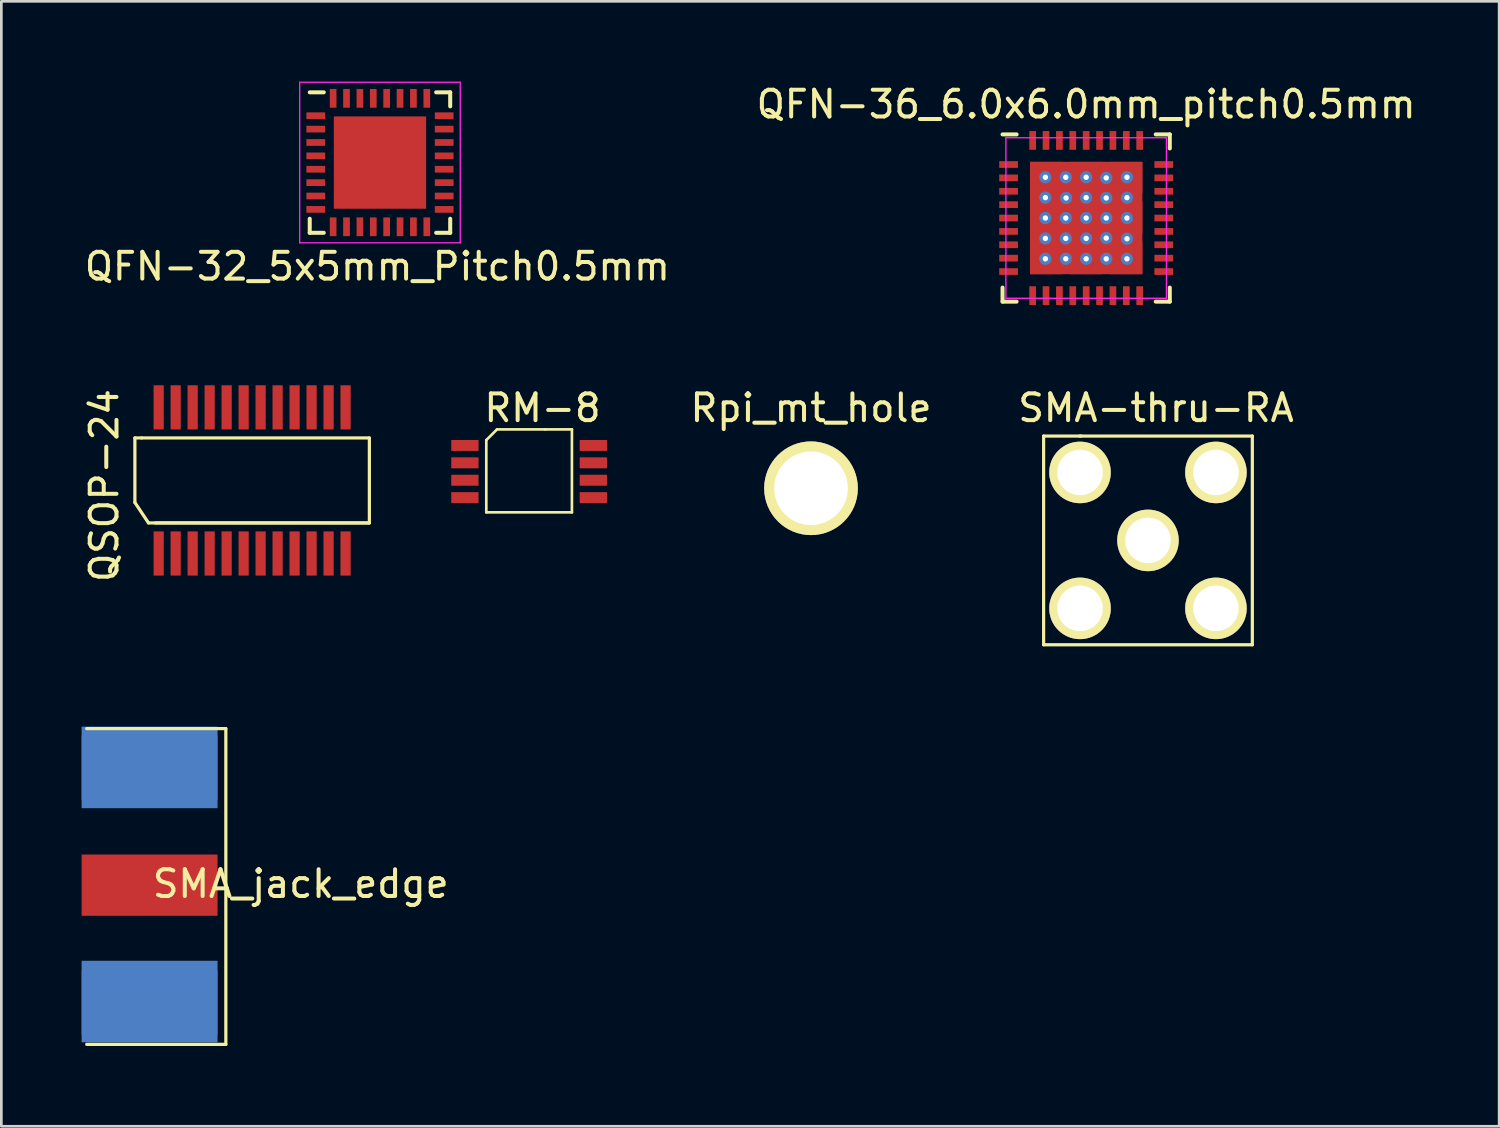
<source format=kicad_pcb>
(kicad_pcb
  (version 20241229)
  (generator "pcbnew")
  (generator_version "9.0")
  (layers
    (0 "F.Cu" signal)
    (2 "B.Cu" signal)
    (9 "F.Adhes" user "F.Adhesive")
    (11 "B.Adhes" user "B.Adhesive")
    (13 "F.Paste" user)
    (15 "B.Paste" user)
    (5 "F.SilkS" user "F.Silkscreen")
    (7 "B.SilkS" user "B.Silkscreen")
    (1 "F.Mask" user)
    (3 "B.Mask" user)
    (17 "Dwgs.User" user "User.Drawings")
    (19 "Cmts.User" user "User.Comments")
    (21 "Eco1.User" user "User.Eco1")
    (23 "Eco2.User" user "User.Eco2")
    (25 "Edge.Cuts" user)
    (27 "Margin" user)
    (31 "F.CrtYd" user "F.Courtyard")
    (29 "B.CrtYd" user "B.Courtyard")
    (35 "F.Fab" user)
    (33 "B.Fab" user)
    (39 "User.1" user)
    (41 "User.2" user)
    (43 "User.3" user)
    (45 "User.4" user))
  (footprint "Rpi_mt_hole"
    (layer "F.Cu")
    (at 27.259 15.197)
    (property "Reference" "Rpi_mt_hole" (at 0 -3 0) (layer "F.SilkS") (effects (font (size 1 1) (thickness 0.15))))
    (attr through_hole)
    (pad "0" thru_hole circle (at 0 0) (size 3.5 3.5) (drill 2.75) (layers "*.Cu" "*.Mask" "F.SilkS")))
  (footprint "RM-8"
    (layer "F.Cu")
    (at 14.324 13.597)
    (property "Reference" "RM-8" (at 2.9 -1.4 0) (layer "F.SilkS") (effects (font (size 1 1) (thickness 0.15))))
    (attr through_hole)
    (fp_line (start 0.8 -0.2) (end 0.8 2.5) (stroke (width 0.1) (type solid)) (layer "F.SilkS"))
    (fp_line (start 0.8 -0.2) (end 1.2 -0.6) (stroke (width 0.1) (type solid)) (layer "F.SilkS"))
    (fp_line (start 0.8 2.5) (end 4 2.5) (stroke (width 0.1) (type solid)) (layer "F.SilkS"))
    (fp_line (start 1.2 -0.6) (end 3 -0.6) (stroke (width 0.1) (type solid)) (layer "F.SilkS"))
    (fp_line (start 4 -0.6) (end 3 -0.6) (stroke (width 0.1) (type solid)) (layer "F.SilkS"))
    (fp_line (start 4 2.5) (end 4 -0.6) (stroke (width 0.1) (type solid)) (layer "F.SilkS"))
    (pad "1" smd rect (at 0 0) (size 1.02 0.41) (layers "F.Cu" "F.Mask" "F.Paste"))
    (pad "2" smd rect (at 0 0.65) (size 1.02 0.41) (layers "F.Cu" "F.Mask" "F.Paste"))
    (pad "3" smd rect (at 0 1.3) (size 1.02 0.41) (layers "F.Cu" "F.Mask" "F.Paste"))
    (pad "4" smd rect (at 0 1.95) (size 1.02 0.41) (layers "F.Cu" "F.Mask" "F.Paste"))
    (pad "5" smd rect (at 4.8 1.95) (size 1.02 0.41) (layers "F.Cu" "F.Mask" "F.Paste"))
    (pad "6" smd rect (at 4.8 1.3) (size 1.02 0.41) (layers "F.Cu" "F.Mask" "F.Paste"))
    (pad "7" smd rect (at 4.8 0.65) (size 1.02 0.41) (layers "F.Cu" "F.Mask" "F.Paste"))
    (pad "8" smd rect (at 4.8 0) (size 1.02 0.41) (layers "F.Cu" "F.Mask" "F.Paste")))
  (footprint "SMA_jack_edge"
    (layer "F.Cu")
    (at 2.54 30.03)
    (property "Reference" "SMA_jack_edge" (at 5.65 -0.05 0) (layer "F.SilkS") (effects (font (size 1 1) (thickness 0.15))))
    (attr through_hole)
    (fp_line (start -2.35 -5.85) (end 2.85 -5.85) (stroke (width 0.12) (type solid)) (layer "F.SilkS"))
    (fp_line (start 2.85 -5.85) (end 2.85 5.95) (stroke (width 0.12) (type solid)) (layer "F.SilkS"))
    (fp_line (start 2.85 5.95) (end -2.35 5.95) (stroke (width 0.12) (type solid)) (layer "F.SilkS"))
    (pad "1" smd rect (at 0 0) (size 5.08 2.29) (layers "F.Cu" "F.Mask" "F.Paste"))
    (pad "2" smd rect (at 0 -4.4) (size 5.08 3.048) (layers "F.Mask" "B.Cu" "F.Paste"))
    (pad "2" smd rect (at 0 -4.383) (size 5.08 2.415) (layers "F.Cu" "F.Mask" "F.Paste"))
    (pad "2" smd rect (at 0 4.35) (size 5.08 3.048) (layers "F.Mask" "B.Cu" "F.Paste"))
    (pad "2" smd rect (at 0 4.383) (size 5.08 2.415) (layers "F.Cu" "F.Mask" "F.Paste")))
  (footprint "QSOP-24"
    (layer "F.Cu")
    (at 2.88 17.635)
    (property "Reference" "QSOP-24" (at -2.032 -2.54 90) (layer "F.SilkS") (effects (font (size 1 1) (thickness 0.15))))
    (attr through_hole)
    (fp_line (start -0.889 -4.318) (end -0.889 -1.905) (stroke (width 0.12) (type solid)) (layer "F.SilkS"))
    (fp_line (start -0.889 -4.318) (end -0.635 -4.318) (stroke (width 0.12) (type solid)) (layer "F.SilkS"))
    (fp_line (start -0.889 -1.905) (end -0.381 -1.143) (stroke (width 0.12) (type solid)) (layer "F.SilkS"))
    (fp_line (start -0.635 -4.318) (end 7.874 -4.318) (stroke (width 0.12) (type solid)) (layer "F.SilkS"))
    (fp_line (start -0.381 -1.143) (end 7.874 -1.143) (stroke (width 0.12) (type solid)) (layer "F.SilkS"))
    (fp_line (start -0.127 -1.143) (end 7.874 -1.143) (stroke (width 0.12) (type solid)) (layer "F.SilkS"))
    (fp_line (start 7.874 -4.318) (end 7.874 -1.143) (stroke (width 0.12) (type solid)) (layer "F.SilkS"))
    (pad "1" smd rect (at 0 0) (size 0.381 1.651) (layers "F.Cu" "F.Mask" "F.Paste"))
    (pad "2" smd rect (at 0.635 0) (size 0.381 1.651) (layers "F.Cu" "F.Mask" "F.Paste"))
    (pad "3" smd rect (at 1.27 0) (size 0.381 1.651) (layers "F.Cu" "F.Mask" "F.Paste"))
    (pad "4" smd rect (at 1.905 0) (size 0.381 1.651) (layers "F.Cu" "F.Mask" "F.Paste"))
    (pad "5" smd rect (at 2.54 0) (size 0.381 1.651) (layers "F.Cu" "F.Mask" "F.Paste"))
    (pad "6" smd rect (at 3.175 0) (size 0.381 1.651) (layers "F.Cu" "F.Mask" "F.Paste"))
    (pad "7" smd rect (at 3.81 0) (size 0.381 1.651) (layers "F.Cu" "F.Mask" "F.Paste"))
    (pad "8" smd rect (at 4.445 0) (size 0.381 1.651) (layers "F.Cu" "F.Mask" "F.Paste"))
    (pad "9" smd rect (at 5.08 0) (size 0.381 1.651) (layers "F.Cu" "F.Mask" "F.Paste"))
    (pad "10" smd rect (at 5.715 0) (size 0.381 1.651) (layers "F.Cu" "F.Mask" "F.Paste"))
    (pad "11" smd rect (at 6.35 0) (size 0.381 1.651) (layers "F.Cu" "F.Mask" "F.Paste"))
    (pad "12" smd rect (at 6.985 0) (size 0.381 1.651) (layers "F.Cu" "F.Mask" "F.Paste"))
    (pad "13" smd rect (at 6.985 -5.461) (size 0.381 1.651) (layers "F.Cu" "F.Mask" "F.Paste"))
    (pad "14" smd rect (at 6.35 -5.461) (size 0.381 1.651) (layers "F.Cu" "F.Mask" "F.Paste"))
    (pad "15" smd rect (at 5.715 -5.461) (size 0.381 1.651) (layers "F.Cu" "F.Mask" "F.Paste"))
    (pad "16" smd rect (at 5.08 -5.461) (size 0.381 1.651) (layers "F.Cu" "F.Mask" "F.Paste"))
    (pad "17" smd rect (at 4.445 -5.461) (size 0.381 1.651) (layers "F.Cu" "F.Mask" "F.Paste"))
    (pad "18" smd rect (at 3.81 -5.461) (size 0.381 1.651) (layers "F.Cu" "F.Mask" "F.Paste"))
    (pad "19" smd rect (at 3.175 -5.461) (size 0.381 1.651) (layers "F.Cu" "F.Mask" "F.Paste"))
    (pad "20" smd rect (at 2.54 -5.461) (size 0.381 1.651) (layers "F.Cu" "F.Mask" "F.Paste"))
    (pad "21" smd rect (at 1.905 -5.461) (size 0.381 1.651) (layers "F.Cu" "F.Mask" "F.Paste"))
    (pad "22" smd rect (at 1.27 -5.461) (size 0.381 1.651) (layers "F.Cu" "F.Mask" "F.Paste"))
    (pad "23" smd rect (at 0.635 -5.461) (size 0.381 1.651) (layers "F.Cu" "F.Mask" "F.Paste"))
    (pad "24" smd rect (at 0 -5.461) (size 0.381 1.651) (layers "F.Cu" "F.Mask" "F.Paste")))
  (footprint "QFN-32_5x5mm_Pitch0.5mm"
    (layer "F.Cu")
    (at 11.15 3.025)
    (property "Reference" "QFN-32_5x5mm_Pitch0.5mm" (at -0.096 3.881 0) (layer "F.SilkS") (effects (font (size 1 1) (thickness 0.15))))
    (attr smd)
    (fp_line (start -2.625 -2.625) (end -2.1 -2.625) (stroke (width 0.15) (type solid)) (layer "F.SilkS"))
    (fp_line (start -2.625 2.625) (end -2.625 2.1) (stroke (width 0.15) (type solid)) (layer "F.SilkS"))
    (fp_line (start -2.625 2.625) (end -2.1 2.625) (stroke (width 0.15) (type solid)) (layer "F.SilkS"))
    (fp_line (start 2.625 -2.625) (end 2.1 -2.625) (stroke (width 0.15) (type solid)) (layer "F.SilkS"))
    (fp_line (start 2.625 -2.625) (end 2.625 -2.1) (stroke (width 0.15) (type solid)) (layer "F.SilkS"))
    (fp_line (start 2.625 2.625) (end 2.1 2.625) (stroke (width 0.15) (type solid)) (layer "F.SilkS"))
    (fp_line (start 2.625 2.625) (end 2.625 2.1) (stroke (width 0.15) (type solid)) (layer "F.SilkS"))
    (fp_line (start -3 -3) (end -3 3) (stroke (width 0.05) (type solid)) (layer "F.CrtYd"))
    (fp_line (start -3 -3) (end 3 -3) (stroke (width 0.05) (type solid)) (layer "F.CrtYd"))
    (fp_line (start -3 3) (end 3 3) (stroke (width 0.05) (type solid)) (layer "F.CrtYd"))
    (fp_line (start 3 -3) (end 3 3) (stroke (width 0.05) (type solid)) (layer "F.CrtYd"))
    (pad "" smd rect (at 0 0) (size 3.45 3.45) (layers "F.Cu" "F.Mask" "F.Paste"))
    (pad "1" smd rect (at -2.4 -1.75) (size 0.7 0.25) (layers "F.Cu" "F.Mask" "F.Paste"))
    (pad "2" smd rect (at -2.4 -1.25) (size 0.7 0.25) (layers "F.Cu" "F.Mask" "F.Paste"))
    (pad "3" smd rect (at -2.4 -0.75) (size 0.7 0.25) (layers "F.Cu" "F.Mask" "F.Paste"))
    (pad "4" smd rect (at -2.4 -0.25) (size 0.7 0.25) (layers "F.Cu" "F.Mask" "F.Paste"))
    (pad "5" smd rect (at -2.4 0.25) (size 0.7 0.25) (layers "F.Cu" "F.Mask" "F.Paste"))
    (pad "6" smd rect (at -2.4 0.75) (size 0.7 0.25) (layers "F.Cu" "F.Mask" "F.Paste"))
    (pad "7" smd rect (at -2.4 1.25) (size 0.7 0.25) (layers "F.Cu" "F.Mask" "F.Paste"))
    (pad "8" smd rect (at -2.4 1.75) (size 0.7 0.25) (layers "F.Cu" "F.Mask" "F.Paste"))
    (pad "9" smd rect (at -1.75 2.4 90) (size 0.7 0.25) (layers "F.Cu" "F.Mask" "F.Paste"))
    (pad "10" smd rect (at -1.25 2.4 90) (size 0.7 0.25) (layers "F.Cu" "F.Mask" "F.Paste"))
    (pad "11" smd rect (at -0.75 2.4 90) (size 0.7 0.25) (layers "F.Cu" "F.Mask" "F.Paste"))
    (pad "12" smd rect (at -0.25 2.4 90) (size 0.7 0.25) (layers "F.Cu" "F.Mask" "F.Paste"))
    (pad "13" smd rect (at 0.25 2.4 90) (size 0.7 0.25) (layers "F.Cu" "F.Mask" "F.Paste"))
    (pad "14" smd rect (at 0.75 2.4 90) (size 0.7 0.25) (layers "F.Cu" "F.Mask" "F.Paste"))
    (pad "15" smd rect (at 1.25 2.4 90) (size 0.7 0.25) (layers "F.Cu" "F.Mask" "F.Paste"))
    (pad "16" smd rect (at 1.75 2.4 90) (size 0.7 0.25) (layers "F.Cu" "F.Mask" "F.Paste"))
    (pad "17" smd rect (at 2.4 1.75) (size 0.7 0.25) (layers "F.Cu" "F.Mask" "F.Paste"))
    (pad "18" smd rect (at 2.4 1.25) (size 0.7 0.25) (layers "F.Cu" "F.Mask" "F.Paste"))
    (pad "19" smd rect (at 2.4 0.75) (size 0.7 0.25) (layers "F.Cu" "F.Mask" "F.Paste"))
    (pad "20" smd rect (at 2.4 0.25) (size 0.7 0.25) (layers "F.Cu" "F.Mask" "F.Paste"))
    (pad "21" smd rect (at 2.4 -0.25) (size 0.7 0.25) (layers "F.Cu" "F.Mask" "F.Paste"))
    (pad "22" smd rect (at 2.4 -0.75) (size 0.7 0.25) (layers "F.Cu" "F.Mask" "F.Paste"))
    (pad "23" smd rect (at 2.4 -1.25) (size 0.7 0.25) (layers "F.Cu" "F.Mask" "F.Paste"))
    (pad "24" smd rect (at 2.4 -1.75) (size 0.7 0.25) (layers "F.Cu" "F.Mask" "F.Paste"))
    (pad "25" smd rect (at 1.75 -2.4 90) (size 0.7 0.25) (layers "F.Cu" "F.Mask" "F.Paste"))
    (pad "26" smd rect (at 1.25 -2.4 90) (size 0.7 0.25) (layers "F.Cu" "F.Mask" "F.Paste"))
    (pad "27" smd rect (at 0.75 -2.4 90) (size 0.7 0.25) (layers "F.Cu" "F.Mask" "F.Paste"))
    (pad "28" smd rect (at 0.25 -2.4 90) (size 0.7 0.25) (layers "F.Cu" "F.Mask" "F.Paste"))
    (pad "29" smd rect (at -0.25 -2.4 90) (size 0.7 0.25) (layers "F.Cu" "F.Mask" "F.Paste"))
    (pad "30" smd rect (at -0.75 -2.4 90) (size 0.7 0.25) (layers "F.Cu" "F.Mask" "F.Paste"))
    (pad "31" smd rect (at -1.25 -2.4 90) (size 0.7 0.25) (layers "F.Cu" "F.Mask" "F.Paste"))
    (pad "32" smd rect (at -1.75 -2.4 90) (size 0.7 0.25) (layers "F.Cu" "F.Mask" "F.Paste")))
  (footprint "QFN-36_6.0x6.0mm_pitch0.5mm"
    (layer "F.Cu")
    (at 37.542 5.098)
    (property "Reference" "QFN-36_6.0x6.0mm_pitch0.5mm" (at 0 -4.25 0) (layer "F.SilkS") (effects (font (size 1 1) (thickness 0.15))))
    (attr smd)
    (fp_line (start -3.125 -3.125) (end -2.6 -3.125) (stroke (width 0.15) (type solid)) (layer "F.SilkS"))
    (fp_line (start -3.125 3.125) (end -3.125 2.6) (stroke (width 0.15) (type solid)) (layer "F.SilkS"))
    (fp_line (start -3.125 3.125) (end -2.6 3.125) (stroke (width 0.15) (type solid)) (layer "F.SilkS"))
    (fp_line (start 3.125 -3.125) (end 2.6 -3.125) (stroke (width 0.15) (type solid)) (layer "F.SilkS"))
    (fp_line (start 3.125 -3.125) (end 3.125 -2.6) (stroke (width 0.15) (type solid)) (layer "F.SilkS"))
    (fp_line (start 3.125 3.125) (end 2.6 3.125) (stroke (width 0.15) (type solid)) (layer "F.SilkS"))
    (fp_line (start 3.125 3.125) (end 3.125 2.6) (stroke (width 0.15) (type solid)) (layer "F.SilkS"))
    (fp_line (start -3 -3) (end -3 3) (stroke (width 0.05) (type solid)) (layer "F.CrtYd"))
    (fp_line (start -3 -3) (end 3 -3) (stroke (width 0.05) (type solid)) (layer "F.CrtYd"))
    (fp_line (start -3 3) (end 3 3) (stroke (width 0.05) (type solid)) (layer "F.CrtYd"))
    (fp_line (start 3 -3) (end 3 3) (stroke (width 0.05) (type solid)) (layer "F.CrtYd"))
    (pad "1" smd rect (at -2.9 -2) (size 0.7 0.25) (layers "F.Cu" "F.Mask" "F.Paste"))
    (pad "2" smd rect (at -2.9 -1.5) (size 0.7 0.25) (layers "F.Cu" "F.Mask" "F.Paste"))
    (pad "3" smd rect (at -2.9 -1) (size 0.7 0.25) (layers "F.Cu" "F.Mask" "F.Paste"))
    (pad "4" smd rect (at -2.9 -0.5) (size 0.7 0.25) (layers "F.Cu" "F.Mask" "F.Paste"))
    (pad "5" smd rect (at -2.9 0) (size 0.7 0.25) (layers "F.Cu" "F.Mask" "F.Paste"))
    (pad "6" smd rect (at -2.9 0.5) (size 0.7 0.25) (layers "F.Cu" "F.Mask" "F.Paste"))
    (pad "7" smd rect (at -2.9 1) (size 0.7 0.25) (layers "F.Cu" "F.Mask" "F.Paste"))
    (pad "8" smd rect (at -2.9 1.5) (size 0.7 0.25) (layers "F.Cu" "F.Mask" "F.Paste"))
    (pad "9" smd rect (at -2.9 2) (size 0.7 0.25) (layers "F.Cu" "F.Mask" "F.Paste"))
    (pad "10" smd rect (at -2 2.9 90) (size 0.7 0.25) (layers "F.Cu" "F.Mask" "F.Paste"))
    (pad "11" smd rect (at -1.5 2.9 90) (size 0.7 0.25) (layers "F.Cu" "F.Mask" "F.Paste"))
    (pad "12" smd rect (at -1 2.9 90) (size 0.7 0.25) (layers "F.Cu" "F.Mask" "F.Paste"))
    (pad "13" smd rect (at -0.5 2.9 90) (size 0.7 0.25) (layers "F.Cu" "F.Mask" "F.Paste"))
    (pad "14" smd rect (at 0 2.9 90) (size 0.7 0.25) (layers "F.Cu" "F.Mask" "F.Paste"))
    (pad "15" smd rect (at 0.5 2.9 90) (size 0.7 0.25) (layers "F.Cu" "F.Mask" "F.Paste"))
    (pad "16" smd rect (at 1 2.9 90) (size 0.7 0.25) (layers "F.Cu" "F.Mask" "F.Paste"))
    (pad "17" smd rect (at 1.5 2.9 90) (size 0.7 0.25) (layers "F.Cu" "F.Mask" "F.Paste"))
    (pad "18" smd rect (at 2 2.9 90) (size 0.7 0.25) (layers "F.Cu" "F.Mask" "F.Paste"))
    (pad "19" smd rect (at 2.9 2) (size 0.7 0.25) (layers "F.Cu" "F.Mask" "F.Paste"))
    (pad "20" smd rect (at 2.9 1.5) (size 0.7 0.25) (layers "F.Cu" "F.Mask" "F.Paste"))
    (pad "21" smd rect (at 2.9 1) (size 0.7 0.25) (layers "F.Cu" "F.Mask" "F.Paste"))
    (pad "22" smd rect (at 2.9 0.5) (size 0.7 0.25) (layers "F.Cu" "F.Mask" "F.Paste"))
    (pad "23" smd rect (at 2.9 0) (size 0.7 0.25) (layers "F.Cu" "F.Mask" "F.Paste"))
    (pad "24" smd rect (at 2.9 -0.5) (size 0.7 0.25) (layers "F.Cu" "F.Mask" "F.Paste"))
    (pad "25" smd rect (at 2.9 -1) (size 0.7 0.25) (layers "F.Cu" "F.Mask" "F.Paste"))
    (pad "26" smd rect (at 2.9 -1.5) (size 0.7 0.25) (layers "F.Cu" "F.Mask" "F.Paste"))
    (pad "27" smd rect (at 2.9 -2) (size 0.7 0.25) (layers "F.Cu" "F.Mask" "F.Paste"))
    (pad "28" smd rect (at 2 -2.9 90) (size 0.7 0.25) (layers "F.Cu" "F.Mask" "F.Paste"))
    (pad "29" smd rect (at 1.5 -2.9 90) (size 0.7 0.25) (layers "F.Cu" "F.Mask" "F.Paste"))
    (pad "30" smd rect (at 1 -2.9 90) (size 0.7 0.25) (layers "F.Cu" "F.Mask" "F.Paste"))
    (pad "31" smd rect (at 0.5 -2.9 90) (size 0.7 0.25) (layers "F.Cu" "F.Mask" "F.Paste"))
    (pad "32" smd rect (at 0 -2.9 90) (size 0.7 0.25) (layers "F.Cu" "F.Mask" "F.Paste"))
    (pad "33" smd rect (at -0.5 -2.9 90) (size 0.7 0.25) (layers "F.Cu" "F.Mask" "F.Paste"))
    (pad "34" smd rect (at -1 -2.9 90) (size 0.7 0.25) (layers "F.Cu" "F.Mask" "F.Paste"))
    (pad "35" smd rect (at -1.5 -2.9 90) (size 0.7 0.25) (layers "F.Cu" "F.Mask" "F.Paste"))
    (pad "36" smd rect (at -2 -2.9 90) (size 0.7 0.25) (layers "F.Cu" "F.Mask" "F.Paste"))
    (pad "37" thru_hole circle (at -1.524 -1.524) (size 0.457 0.457) (drill 0.203) (layers "*.Cu"))
    (pad "37" thru_hole circle (at -1.524 -0.762) (size 0.457 0.457) (drill 0.203) (layers "*.Cu"))
    (pad "37" thru_hole circle (at -1.524 0) (size 0.457 0.457) (drill 0.203) (layers "*.Cu"))
    (pad "37" thru_hole circle (at -1.524 0.762) (size 0.457 0.457) (drill 0.203) (layers "*.Cu"))
    (pad "37" thru_hole circle (at -1.524 1.524) (size 0.457 0.457) (drill 0.203) (layers "*.Cu"))
    (pad "37" smd rect (at -1.5 -1.5) (size 1.2 1.2) (layers "F.Cu" "F.Mask" "F.Paste"))
    (pad "37" smd rect (at -1.5 0) (size 1.2 1.2) (layers "F.Cu" "F.Mask" "F.Paste"))
    (pad "37" smd rect (at -1.5 1.5) (size 1.2 1.2) (layers "F.Cu" "F.Mask" "F.Paste"))
    (pad "37" thru_hole circle (at -0.762 -1.524) (size 0.457 0.457) (drill 0.203) (layers "*.Cu"))
    (pad "37" thru_hole circle (at -0.762 0) (size 0.457 0.457) (drill 0.203) (layers "*.Cu"))
    (pad "37" thru_hole circle (at -0.762 0.762) (size 0.457 0.457) (drill 0.203) (layers "*.Cu"))
    (pad "37" thru_hole circle (at -0.762 1.524) (size 0.457 0.457) (drill 0.203) (layers "*.Cu"))
    (pad "37" thru_hole circle (at -0.75 -0.75) (size 0.457 0.457) (drill 0.203) (layers "*.Cu"))
    (pad "37" thru_hole circle (at 0 -1.524) (size 0.457 0.457) (drill 0.203) (layers "*.Cu"))
    (pad "37" smd rect (at 0 -1.5) (size 1.2 1.2) (layers "F.Cu" "F.Mask" "F.Paste"))
    (pad "37" thru_hole circle (at 0 -0.762) (size 0.457 0.457) (drill 0.203) (layers "*.Cu"))
    (pad "37" thru_hole circle (at 0 0) (size 0.457 0.457) (drill 0.203) (layers "*.Cu"))
    (pad "37" smd rect (at 0 0) (size 1.2 1.2) (layers "F.Cu" "F.Mask" "F.Paste"))
    (pad "37" smd rect (at 0 0) (size 4.2 4.2) (layers "F.Cu" "F.Mask"))
    (pad "37" thru_hole circle (at 0 0.762) (size 0.457 0.457) (drill 0.203) (layers "*.Cu"))
    (pad "37" smd rect (at 0 1.5) (size 1.2 1.2) (layers "F.Cu" "F.Mask" "F.Paste"))
    (pad "37" thru_hole circle (at 0 1.524) (size 0.457 0.457) (drill 0.203) (layers "*.Cu"))
    (pad "37" thru_hole circle (at 0.75 -1.5) (size 0.457 0.457) (drill 0.203) (layers "*.Cu"))
    (pad "37" thru_hole circle (at 0.75 -0.75) (size 0.457 0.457) (drill 0.203) (layers "*.Cu"))
    (pad "37" thru_hole circle (at 0.75 0) (size 0.457 0.457) (drill 0.203) (layers "*.Cu"))
    (pad "37" thru_hole circle (at 0.75 0.75) (size 0.457 0.457) (drill 0.203) (layers "*.Cu"))
    (pad "37" thru_hole circle (at 0.75 1.525) (size 0.457 0.457) (drill 0.203) (layers "*.Cu"))
    (pad "37" smd rect (at 1.5 -1.5) (size 1.2 1.2) (layers "F.Cu" "F.Mask" "F.Paste"))
    (pad "37" smd rect (at 1.5 0) (size 1.2 1.2) (layers "F.Cu" "F.Mask" "F.Paste"))
    (pad "37" smd rect (at 1.5 1.5) (size 1.2 1.2) (layers "F.Cu" "F.Mask" "F.Paste"))
    (pad "37" thru_hole circle (at 1.524 -1.524) (size 0.457 0.457) (drill 0.203) (layers "*.Cu"))
    (pad "37" thru_hole circle (at 1.524 -0.762) (size 0.457 0.457) (drill 0.203) (layers "*.Cu"))
    (pad "37" thru_hole circle (at 1.524 0) (size 0.457 0.457) (drill 0.203) (layers "*.Cu"))
    (pad "37" thru_hole circle (at 1.524 1.524) (size 0.457 0.457) (drill 0.203) (layers "*.Cu"))
    (pad "37" thru_hole circle (at 1.525 0.775) (size 0.457 0.457) (drill 0.203) (layers "*.Cu")))
  (footprint "SMA-thru-RA"
    (layer "F.Cu")
    (at 39.852 17.146)
    (property "Reference" "SMA-thru-RA" (at 0.3 -4.95 0) (layer "F.SilkS") (effects (font (size 1 1) (thickness 0.15))))
    (attr through_hole)
    (fp_line (start -3.9 -3.9) (end -2.5 -3.9) (stroke (width 0.12) (type solid)) (layer "F.SilkS"))
    (fp_line (start -3.9 3.9) (end -3.9 -3.9) (stroke (width 0.12) (type solid)) (layer "F.SilkS"))
    (fp_line (start -2.55 -3.9) (end 3.9 -3.9) (stroke (width 0.12) (type solid)) (layer "F.SilkS"))
    (fp_line (start 3.9 -3.9) (end 3.9 3.9) (stroke (width 0.12) (type solid)) (layer "F.SilkS"))
    (fp_line (start 3.9 3.9) (end -3.9 3.9) (stroke (width 0.12) (type solid)) (layer "F.SilkS"))
    (pad "1" thru_hole circle (at 0 0) (size 2.3 2.3) (drill 1.7) (layers "*.Cu" "*.Mask" "F.SilkS"))
    (pad "2" thru_hole circle (at -2.54 -2.54) (size 2.3 2.3) (drill 1.7) (layers "*.Cu" "*.Mask" "F.SilkS"))
    (pad "2" thru_hole circle (at -2.54 2.54) (size 2.3 2.3) (drill 1.7) (layers "*.Cu" "*.Mask" "F.SilkS"))
    (pad "2" thru_hole circle (at 2.54 -2.54) (size 2.3 2.3) (drill 1.7) (layers "*.Cu" "*.Mask" "F.SilkS"))
    (pad "2" thru_hole circle (at 2.54 2.54) (size 2.3 2.3) (drill 1.7) (layers "*.Cu" "*.Mask" "F.SilkS")))
  (gr_rect
    (start -3 -3)
    (end 52.976 39.041)
    (stroke (width 0.1) (type default))
    (fill no)
    (layer "Edge.Cuts")))
</source>
